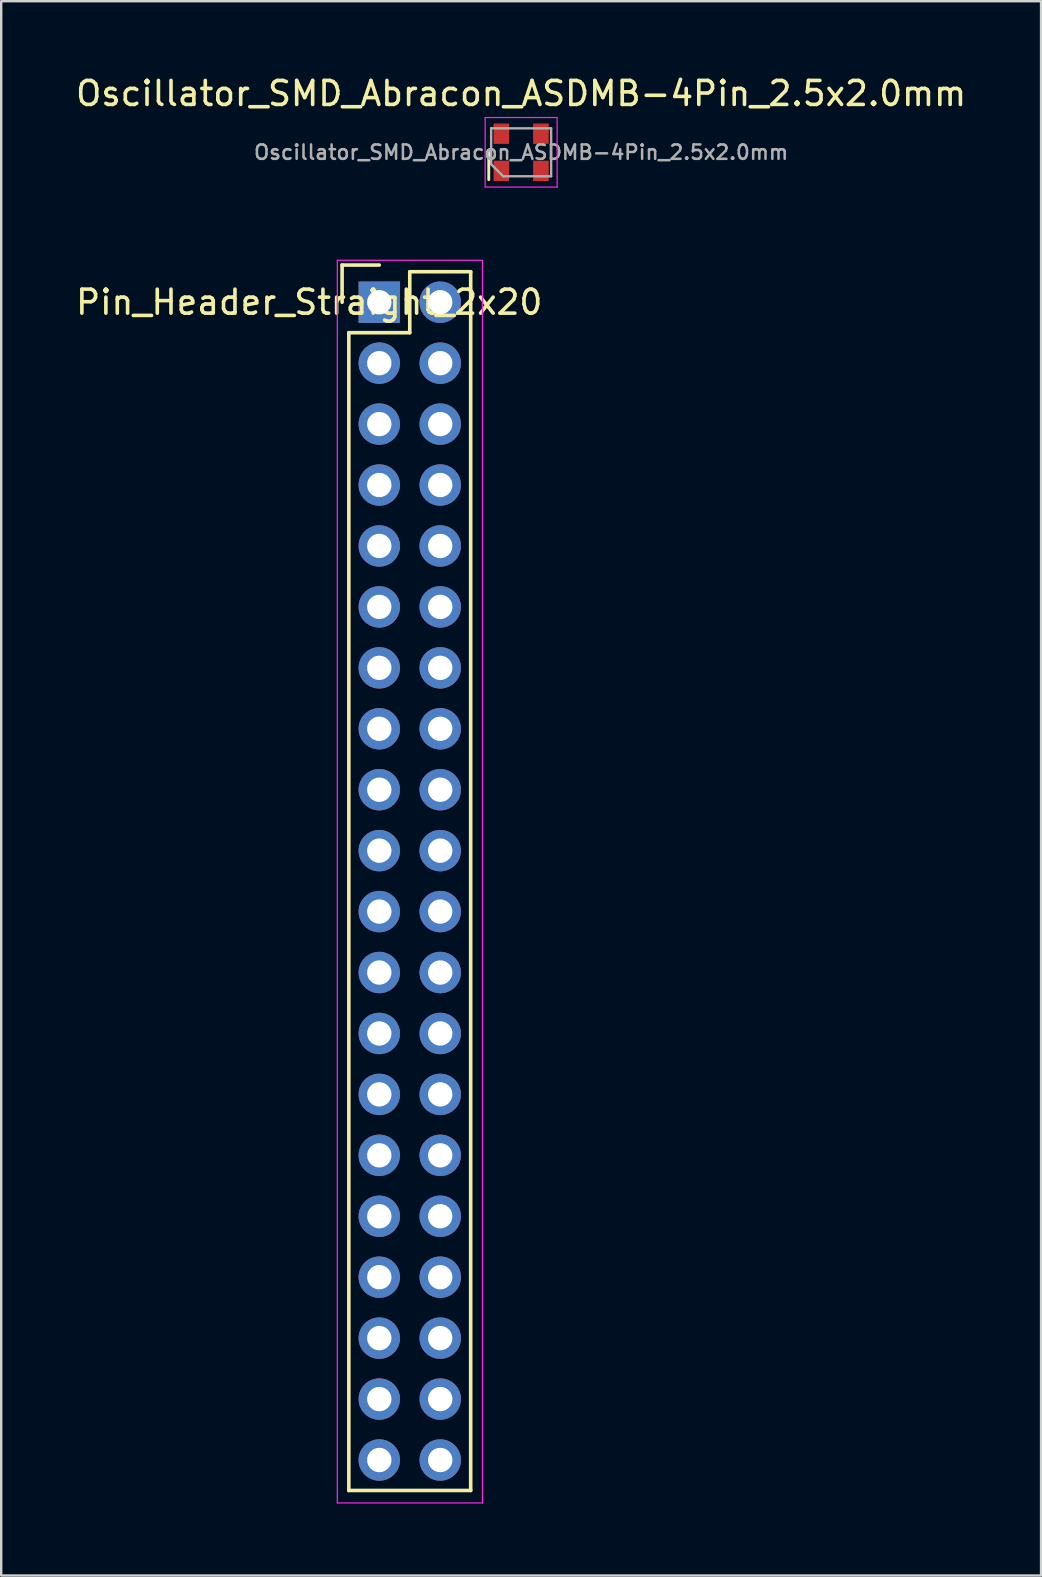
<source format=kicad_pcb>
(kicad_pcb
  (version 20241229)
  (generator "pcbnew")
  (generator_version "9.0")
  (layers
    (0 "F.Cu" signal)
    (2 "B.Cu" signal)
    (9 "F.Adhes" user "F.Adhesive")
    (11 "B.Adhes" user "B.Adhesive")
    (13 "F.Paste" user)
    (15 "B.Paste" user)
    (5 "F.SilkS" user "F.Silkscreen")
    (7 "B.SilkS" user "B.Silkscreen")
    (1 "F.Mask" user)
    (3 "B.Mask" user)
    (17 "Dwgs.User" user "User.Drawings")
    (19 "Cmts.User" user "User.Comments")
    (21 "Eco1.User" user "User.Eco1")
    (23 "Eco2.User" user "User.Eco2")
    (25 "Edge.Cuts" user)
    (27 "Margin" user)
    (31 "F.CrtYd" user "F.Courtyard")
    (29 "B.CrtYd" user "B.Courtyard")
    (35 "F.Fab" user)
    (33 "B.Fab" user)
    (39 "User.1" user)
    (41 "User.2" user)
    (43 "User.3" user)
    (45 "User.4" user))
  (footprint "Oscillator_SMD_Abracon_ASDMB-4Pin_2.5x2.0mm"
    (layer "F.Cu")
    (at 18.673 3.298)
    (property "Reference" "Oscillator_SMD_Abracon_ASDMB-4Pin_2.5x2.0mm" (at 0 -2.45 0) (layer "F.SilkS") (effects (font (size 1 1) (thickness 0.15))))
    (attr smd)
    (fp_line (start -1.35 0) (end -1.35 1.14) (stroke (width 0.12) (type solid)) (layer "F.SilkS"))
    (fp_line (start -1.5 -1.45) (end -1.5 1.45) (stroke (width 0.05) (type solid)) (layer "F.CrtYd"))
    (fp_line (start -1.5 1.45) (end 1.5 1.45) (stroke (width 0.05) (type solid)) (layer "F.CrtYd"))
    (fp_line (start 1.5 -1.45) (end -1.5 -1.45) (stroke (width 0.05) (type solid)) (layer "F.CrtYd"))
    (fp_line (start 1.5 1.45) (end 1.5 -1.45) (stroke (width 0.05) (type solid)) (layer "F.CrtYd"))
    (fp_line (start -1.25 -1) (end 1.25 -1) (stroke (width 0.1) (type solid)) (layer "F.Fab"))
    (fp_line (start -1.25 0.5) (end -1.25 -1) (stroke (width 0.1) (type solid)) (layer "F.Fab"))
    (fp_line (start -1.25 0.5) (end -0.75 1) (stroke (width 0.1) (type solid)) (layer "F.Fab"))
    (fp_line (start 1.25 -1) (end 1.25 1) (stroke (width 0.1) (type solid)) (layer "F.Fab"))
    (fp_line (start 1.25 1) (end -0.75 1) (stroke (width 0.1) (type solid)) (layer "F.Fab"))
    (fp_text user "${REFERENCE}" (at 0 0 0) (layer "F.Fab") (effects (font (size 0.6 0.6) (thickness 0.105))))
    (pad "1" smd rect (at -0.825 0.775) (size 0.65 0.85) (layers "F.Cu" "F.Mask" "F.Paste"))
    (pad "2" smd rect (at 0.825 0.775) (size 0.65 0.85) (layers "F.Cu" "F.Mask" "F.Paste"))
    (pad "3" smd rect (at 0.825 -0.775) (size 0.65 0.85) (layers "F.Cu" "F.Mask" "F.Paste"))
    (pad "4" smd rect (at -0.825 -0.775) (size 0.65 0.85) (layers "F.Cu" "F.Mask" "F.Paste")))
  (footprint "Pin_Header_Straight_2x20"
    (layer "F.Cu")
    (at 14.03 33.678)
    (property "Reference" "Pin_Header_Straight_2x20" (at -4.191 -24.13 180) (layer "F.SilkS") (effects (font (size 1 1) (thickness 0.15))))
    (attr through_hole)
    (fp_line (start -2.82 -25.68) (end -2.82 -24.13) (stroke (width 0.15) (type solid)) (layer "F.SilkS"))
    (fp_line (start -2.54 -22.86) (end -2.54 25.4) (stroke (width 0.15) (type solid)) (layer "F.SilkS"))
    (fp_line (start -1.27 -25.68) (end -2.82 -25.68) (stroke (width 0.15) (type solid)) (layer "F.SilkS"))
    (fp_line (start 0 -25.4) (end 0 -22.86) (stroke (width 0.15) (type solid)) (layer "F.SilkS"))
    (fp_line (start 0 -22.86) (end -2.54 -22.86) (stroke (width 0.15) (type solid)) (layer "F.SilkS"))
    (fp_line (start 2.54 -25.4) (end 0 -25.4) (stroke (width 0.15) (type solid)) (layer "F.SilkS"))
    (fp_line (start 2.54 25.4) (end -2.54 25.4) (stroke (width 0.15) (type solid)) (layer "F.SilkS"))
    (fp_line (start 2.54 25.4) (end 2.54 -25.4) (stroke (width 0.15) (type solid)) (layer "F.SilkS"))
    (fp_line (start -3.02 -25.88) (end -3.02 25.92) (stroke (width 0.05) (type solid)) (layer "F.CrtYd"))
    (fp_line (start -3.02 -25.88) (end 3.03 -25.88) (stroke (width 0.05) (type solid)) (layer "F.CrtYd"))
    (fp_line (start -3.02 25.92) (end 3.03 25.92) (stroke (width 0.05) (type solid)) (layer "F.CrtYd"))
    (fp_line (start 3.03 -25.88) (end 3.03 25.92) (stroke (width 0.05) (type solid)) (layer "F.CrtYd"))
    (pad "1" thru_hole rect (at -1.27 -24.13) (size 1.727 1.727) (drill 1.016) (layers "*.Cu" "*.Mask"))
    (pad "2" thru_hole oval (at 1.27 -24.13) (size 1.727 1.727) (drill 1.016) (layers "*.Cu" "*.Mask"))
    (pad "3" thru_hole oval (at -1.27 -21.59) (size 1.727 1.727) (drill 1.016) (layers "*.Cu" "*.Mask"))
    (pad "4" thru_hole oval (at 1.27 -21.59) (size 1.727 1.727) (drill 1.016) (layers "*.Cu" "*.Mask"))
    (pad "5" thru_hole oval (at -1.27 -19.05) (size 1.727 1.727) (drill 1.016) (layers "*.Cu" "*.Mask"))
    (pad "6" thru_hole oval (at 1.27 -19.05) (size 1.727 1.727) (drill 1.016) (layers "*.Cu" "*.Mask"))
    (pad "7" thru_hole oval (at -1.27 -16.51) (size 1.727 1.727) (drill 1.016) (layers "*.Cu" "*.Mask"))
    (pad "8" thru_hole oval (at 1.27 -16.51) (size 1.727 1.727) (drill 1.016) (layers "*.Cu" "*.Mask"))
    (pad "9" thru_hole oval (at -1.27 -13.97) (size 1.727 1.727) (drill 1.016) (layers "*.Cu" "*.Mask"))
    (pad "10" thru_hole oval (at 1.27 -13.97) (size 1.727 1.727) (drill 1.016) (layers "*.Cu" "*.Mask"))
    (pad "11" thru_hole oval (at -1.27 -11.43) (size 1.727 1.727) (drill 1.016) (layers "*.Cu" "*.Mask"))
    (pad "12" thru_hole oval (at 1.27 -11.43) (size 1.727 1.727) (drill 1.016) (layers "*.Cu" "*.Mask"))
    (pad "13" thru_hole oval (at -1.27 -8.89) (size 1.727 1.727) (drill 1.016) (layers "*.Cu" "*.Mask"))
    (pad "14" thru_hole oval (at 1.27 -8.89) (size 1.727 1.727) (drill 1.016) (layers "*.Cu" "*.Mask"))
    (pad "15" thru_hole oval (at -1.27 -6.35) (size 1.727 1.727) (drill 1.016) (layers "*.Cu" "*.Mask"))
    (pad "16" thru_hole oval (at 1.27 -6.35) (size 1.727 1.727) (drill 1.016) (layers "*.Cu" "*.Mask"))
    (pad "17" thru_hole oval (at -1.27 -3.81) (size 1.727 1.727) (drill 1.016) (layers "*.Cu" "*.Mask"))
    (pad "18" thru_hole oval (at 1.27 -3.81) (size 1.727 1.727) (drill 1.016) (layers "*.Cu" "*.Mask"))
    (pad "19" thru_hole oval (at -1.27 -1.27) (size 1.727 1.727) (drill 1.016) (layers "*.Cu" "*.Mask"))
    (pad "20" thru_hole oval (at 1.27 -1.27) (size 1.727 1.727) (drill 1.016) (layers "*.Cu" "*.Mask"))
    (pad "21" thru_hole oval (at -1.27 1.27) (size 1.727 1.727) (drill 1.016) (layers "*.Cu" "*.Mask"))
    (pad "22" thru_hole oval (at 1.27 1.27) (size 1.727 1.727) (drill 1.016) (layers "*.Cu" "*.Mask"))
    (pad "23" thru_hole oval (at -1.27 3.81) (size 1.727 1.727) (drill 1.016) (layers "*.Cu" "*.Mask"))
    (pad "24" thru_hole oval (at 1.27 3.81) (size 1.727 1.727) (drill 1.016) (layers "*.Cu" "*.Mask"))
    (pad "25" thru_hole oval (at -1.27 6.35) (size 1.727 1.727) (drill 1.016) (layers "*.Cu" "*.Mask"))
    (pad "26" thru_hole oval (at 1.27 6.35) (size 1.727 1.727) (drill 1.016) (layers "*.Cu" "*.Mask"))
    (pad "27" thru_hole oval (at -1.27 8.89) (size 1.727 1.727) (drill 1.016) (layers "*.Cu" "*.Mask"))
    (pad "28" thru_hole oval (at 1.27 8.89) (size 1.727 1.727) (drill 1.016) (layers "*.Cu" "*.Mask"))
    (pad "29" thru_hole oval (at -1.27 11.43) (size 1.727 1.727) (drill 1.016) (layers "*.Cu" "*.Mask"))
    (pad "30" thru_hole oval (at 1.27 11.43) (size 1.727 1.727) (drill 1.016) (layers "*.Cu" "*.Mask"))
    (pad "31" thru_hole oval (at -1.27 13.97) (size 1.727 1.727) (drill 1.016) (layers "*.Cu" "*.Mask"))
    (pad "32" thru_hole oval (at 1.27 13.97) (size 1.727 1.727) (drill 1.016) (layers "*.Cu" "*.Mask"))
    (pad "33" thru_hole oval (at -1.27 16.51) (size 1.727 1.727) (drill 1.016) (layers "*.Cu" "*.Mask"))
    (pad "34" thru_hole oval (at 1.27 16.51) (size 1.727 1.727) (drill 1.016) (layers "*.Cu" "*.Mask"))
    (pad "35" thru_hole oval (at -1.27 19.05) (size 1.727 1.727) (drill 1.016) (layers "*.Cu" "*.Mask"))
    (pad "36" thru_hole oval (at 1.27 19.05) (size 1.727 1.727) (drill 1.016) (layers "*.Cu" "*.Mask"))
    (pad "37" thru_hole oval (at -1.27 21.59) (size 1.727 1.727) (drill 1.016) (layers "*.Cu" "*.Mask"))
    (pad "38" thru_hole oval (at 1.27 21.59) (size 1.727 1.727) (drill 1.016) (layers "*.Cu" "*.Mask"))
    (pad "39" thru_hole oval (at -1.27 24.13) (size 1.727 1.727) (drill 1.016) (layers "*.Cu" "*.Mask"))
    (pad "40" thru_hole oval (at 1.27 24.13) (size 1.727 1.727) (drill 1.016) (layers "*.Cu" "*.Mask")))
  (gr_rect
    (start -3 -3)
    (end 40.345 62.623)
    (stroke (width 0.1) (type default))
    (fill no)
    (layer "Edge.Cuts")))
</source>
